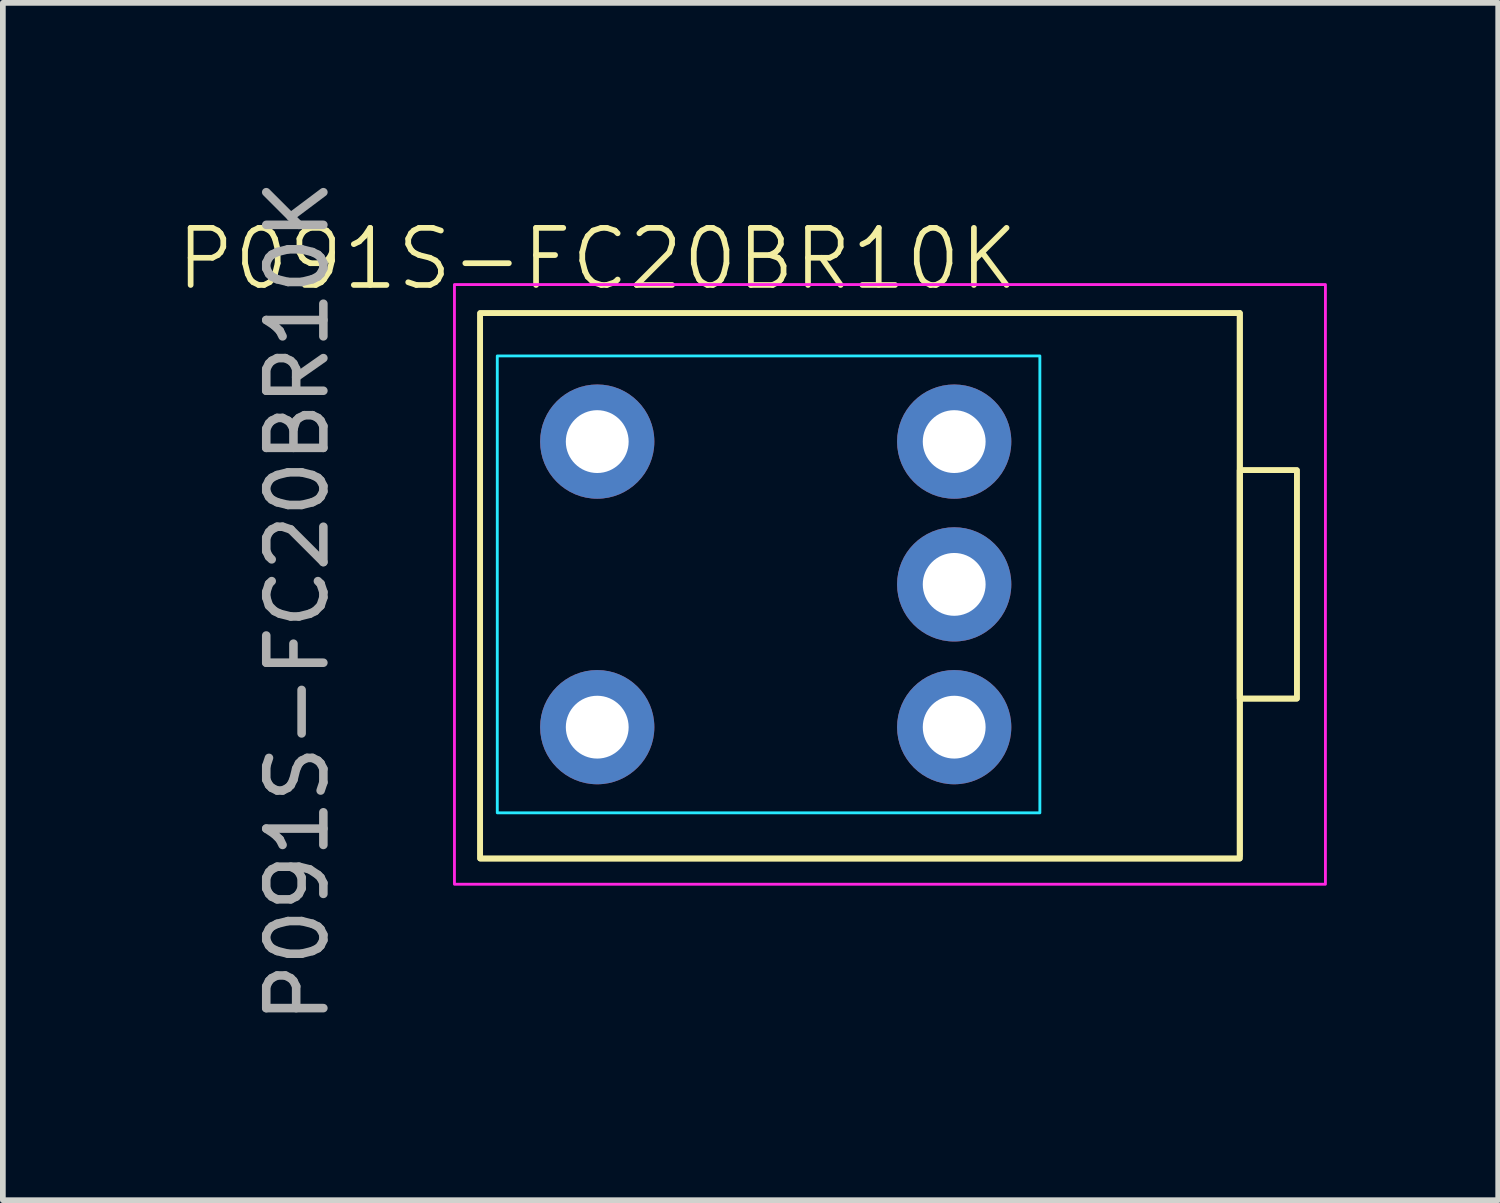
<source format=kicad_pcb>
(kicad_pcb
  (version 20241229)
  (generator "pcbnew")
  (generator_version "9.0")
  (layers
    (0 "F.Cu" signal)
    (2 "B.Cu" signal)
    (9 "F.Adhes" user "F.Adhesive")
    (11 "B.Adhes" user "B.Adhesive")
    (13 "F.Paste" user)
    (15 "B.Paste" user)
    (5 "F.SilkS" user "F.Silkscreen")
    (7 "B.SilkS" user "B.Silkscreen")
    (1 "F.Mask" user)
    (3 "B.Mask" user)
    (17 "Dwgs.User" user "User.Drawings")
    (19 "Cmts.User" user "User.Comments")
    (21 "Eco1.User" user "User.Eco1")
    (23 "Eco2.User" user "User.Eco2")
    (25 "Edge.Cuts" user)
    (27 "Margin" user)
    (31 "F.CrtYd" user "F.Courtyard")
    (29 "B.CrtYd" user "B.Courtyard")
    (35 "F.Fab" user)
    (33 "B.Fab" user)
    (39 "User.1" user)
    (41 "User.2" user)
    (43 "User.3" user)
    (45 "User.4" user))
  (footprint "P091S-FC20BR10K"
    (layer "F.Cu")
    (at 11.657 14.182)
    (property "Reference" "P091S-FC20BR10K" (at -4.25 -12.7 0) (unlocked yes) (layer "F.SilkS") (effects (font (size 1 1) (thickness 0.1))))
    (attr smd)
    (fp_line (start 7 -11.75) (end 7 -2.25) (stroke (width 0.1) (type default)) (layer "F.SilkS"))
    (fp_rect (start -6.3 -11.75) (end 7 -2.2) (stroke (width 0.1) (type solid)) (fill no) (layer "F.SilkS"))
    (fp_rect (start -6.3 -11.75) (end 7 -2.2) (stroke (width 0.1) (type solid)) (fill no) (layer "F.SilkS"))
    (fp_rect (start 7 -9) (end 8 -5) (stroke (width 0.1) (type default)) (fill no) (layer "F.SilkS"))
    (fp_rect (start 7 -9) (end 8 -5) (stroke (width 0.1) (type default)) (fill no) (layer "F.SilkS"))
    (fp_rect (start -6 -11) (end 3.5 -3) (stroke (width 0.05) (type default)) (fill no) (layer "B.CrtYd"))
    (fp_rect (start -6.75 -12.25) (end 8.5 -1.75) (stroke (width 0.05) (type default)) (fill no) (layer "F.CrtYd"))
    (fp_text user "${REFERENCE}" (at -9.5 -6.7 90) (unlocked yes) (layer "F.Fab") (effects (font (size 1 1) (thickness 0.15))))
    (pad "1" thru_hole circle (at 2 -4.5) (size 2 2) (drill 1.1) (layers "*.Cu" "*.Mask"))
    (pad "2" thru_hole circle (at 2 -7) (size 2 2) (drill 1.1) (layers "*.Cu" "*.Mask"))
    (pad "3" thru_hole circle (at 2 -9.5) (size 2 2) (drill 1.1) (layers "*.Cu" "*.Mask"))
    (pad "4" thru_hole circle (at -4.25 -4.5) (size 2 2) (drill 1.1) (layers "*.Cu" "*.Mask"))
    (pad "5" thru_hole circle (at -4.25 -9.5) (size 2 2) (drill 1.1) (layers "*.Cu" "*.Mask")))
  (gr_rect
    (start -3 -3)
    (end 23.182 17.964)
    (stroke (width 0.1) (type default))
    (fill no)
    (layer "Edge.Cuts")))
</source>
